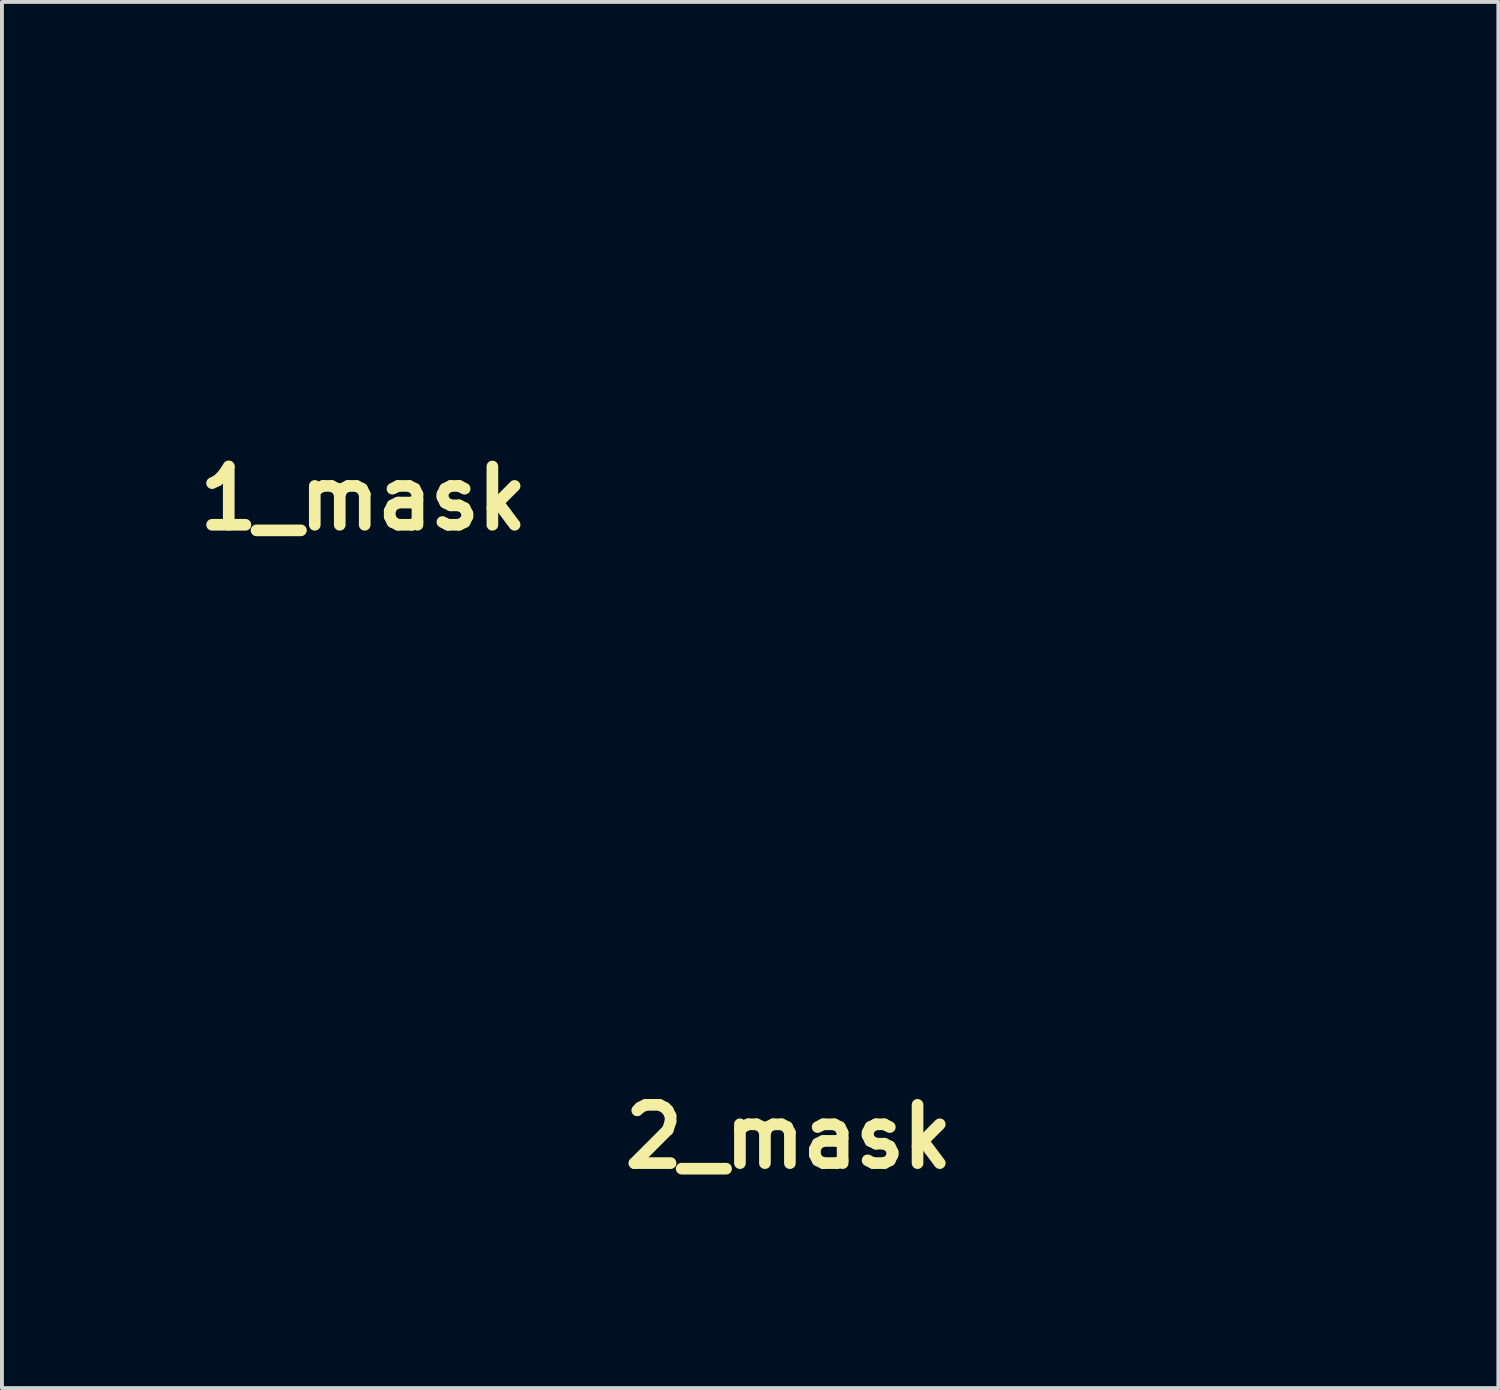
<source format=kicad_pcb>
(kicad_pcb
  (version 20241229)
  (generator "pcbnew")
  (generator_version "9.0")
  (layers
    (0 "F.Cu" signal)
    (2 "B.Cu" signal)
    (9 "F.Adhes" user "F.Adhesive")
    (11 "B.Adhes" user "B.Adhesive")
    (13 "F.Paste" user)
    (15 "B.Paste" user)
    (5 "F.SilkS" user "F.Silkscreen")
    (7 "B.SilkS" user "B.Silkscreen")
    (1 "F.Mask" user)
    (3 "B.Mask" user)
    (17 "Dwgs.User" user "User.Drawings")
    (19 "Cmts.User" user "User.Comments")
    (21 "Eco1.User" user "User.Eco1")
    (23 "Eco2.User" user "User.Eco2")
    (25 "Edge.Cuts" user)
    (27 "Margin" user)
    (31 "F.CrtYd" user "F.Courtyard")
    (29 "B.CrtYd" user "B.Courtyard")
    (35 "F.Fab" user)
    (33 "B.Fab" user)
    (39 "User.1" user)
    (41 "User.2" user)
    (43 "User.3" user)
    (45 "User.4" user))
  (footprint "2_mask"
    (layer "F.Cu")
    (at 17.245 26.209)
    (property "Reference" "2_mask" (at 0 0 0) (layer "F.SilkS") (effects (font (size 1.5 1.5) (thickness 0.3))))
    (attr board_only exclude_from_pos_files exclude_from_bom)
    (fp_poly (pts (xy 11.914 -0.404) (xy 12.615 -0.393) (xy 13.185 -0.377) (xy 13.613 -0.356) (xy 13.892 -0.332) (xy 14.013 -0.303) (xy 14.017 -0.296) (xy 13.934 -0.267) (xy 13.69 -0.241) (xy 13.294 -0.22) (xy 12.757 -0.203) (xy 12.087 -0.191) (xy 11.954 -0.189) (xy 9.891 -0.166) (xy 8.918 0.806) (xy 7.946 1.778) (xy 6.026 1.778) (xy 5.471 1.776) (xy 4.974 1.769) (xy 4.56 1.759) (xy 4.253 1.745) (xy 4.079 1.73) (xy 4.049 1.722) (xy 4.008 1.66) (xy 4.034 1.612) (xy 4.144 1.576) (xy 4.355 1.552) (xy 4.683 1.536) (xy 5.143 1.527) (xy 5.754 1.524) (xy 5.927 1.524) (xy 7.861 1.524) (xy 8.836 0.549) (xy 9.812 -0.426)) (stroke (width 0) (type solid)) (fill yes) (layer "F.Mask"))
    (fp_poly (pts (xy 12.454 -4.618) (xy 12.64 -4.508) (xy 12.738 -4.325) (xy 12.742 -4.276) (xy 12.671 -4.1) (xy 12.503 -3.953) (xy 12.318 -3.895) (xy 12.129 -3.952) (xy 12.033 -4.022) (xy 11.983 -4.052) (xy 11.892 -4.077) (xy 11.745 -4.097) (xy 11.527 -4.114) (xy 11.225 -4.126) (xy 10.823 -4.136) (xy 10.309 -4.142) (xy 9.667 -4.146) (xy 8.883 -4.148) (xy 7.969 -4.149) (xy 4.033 -4.149) (xy 2.676 -2.794) (xy 1.319 -1.439) (xy -2.777 -1.439) (xy -3.748 -1.439) (xy -4.563 -1.436) (xy -5.233 -1.431) (xy -5.771 -1.424) (xy -6.19 -1.414) (xy -6.502 -1.401) (xy -6.721 -1.384) (xy -6.859 -1.364) (xy -6.929 -1.339) (xy -6.94 -1.327) (xy -7.114 -1.18) (xy -7.339 -1.176) (xy -7.466 -1.239) (xy -7.62 -1.43) (xy -7.618 -1.652) (xy -7.509 -1.817) (xy -7.319 -1.903) (xy -7.103 -1.867) (xy -6.94 -1.725) (xy -6.899 -1.697) (xy -6.801 -1.674) (xy -6.633 -1.655) (xy -6.381 -1.64) (xy -6.034 -1.629) (xy -5.576 -1.62) (xy -4.996 -1.614) (xy -4.28 -1.611) (xy -3.415 -1.609) (xy -2.862 -1.609) (xy 1.149 -1.609) (xy 2.548 -3.006) (xy 3.948 -4.403) (xy 7.953 -4.403) (xy 8.896 -4.403) (xy 9.683 -4.405) (xy 10.329 -4.409) (xy 10.847 -4.415) (xy 11.251 -4.424) (xy 11.555 -4.437) (xy 11.775 -4.453) (xy 11.922 -4.472) (xy 12.013 -4.497) (xy 12.06 -4.526) (xy 12.063 -4.53) (xy 12.241 -4.633)) (stroke (width 0) (type solid)) (fill yes) (layer "F.Mask"))
    (fp_poly (pts (xy -11.629 0.793) (xy -11.382 0.957) (xy -11.367 0.974) (xy -11.183 1.185) (xy -4.751 1.185) (xy 1.681 1.185) (xy 2.166 2.032) (xy 2.651 2.879) (xy 5.749 2.879) (xy 6.703 2.876) (xy 7.49 2.869) (xy 8.113 2.856) (xy 8.573 2.838) (xy 8.874 2.815) (xy 9.018 2.787) (xy 9.021 2.785) (xy 9.262 2.729) (xy 9.455 2.808) (xy 9.571 2.99) (xy 9.577 3.241) (xy 9.548 3.337) (xy 9.428 3.445) (xy 9.232 3.469) (xy 9.026 3.412) (xy 8.896 3.303) (xy 8.859 3.259) (xy 8.805 3.224) (xy 8.718 3.195) (xy 8.579 3.173) (xy 8.373 3.156) (xy 8.083 3.143) (xy 7.693 3.133) (xy 7.184 3.126) (xy 6.541 3.119) (xy 5.747 3.113) (xy 5.642 3.113) (xy 2.506 3.09) (xy 2.01 2.265) (xy 1.515 1.439) (xy -4.892 1.439) (xy -6.195 1.44) (xy -7.36 1.444) (xy -8.381 1.449) (xy -9.257 1.456) (xy -9.981 1.466) (xy -10.552 1.477) (xy -10.964 1.49) (xy -11.214 1.505) (xy -11.298 1.522) (xy -11.371 1.645) (xy -11.543 1.758) (xy -11.746 1.825) (xy -11.888 1.822) (xy -12.154 1.669) (xy -12.295 1.443) (xy -12.297 1.292) (xy -12.025 1.292) (xy -12.013 1.386) (xy -11.901 1.498) (xy -11.743 1.499) (xy -11.609 1.403) (xy -11.57 1.302) (xy -11.61 1.133) (xy -11.745 1.052) (xy -11.911 1.09) (xy -11.954 1.125) (xy -12.025 1.292) (xy -12.297 1.292) (xy -12.299 1.185) (xy -12.154 0.938) (xy -12.148 0.931) (xy -11.898 0.784)) (stroke (width 0) (type solid)) (fill yes) (layer "F.Mask"))
    (fp_poly (pts (xy 15.104 -2.218) (xy 15.121 -2.201) (xy 15.27 -1.954) (xy 15.259 -1.696) (xy 15.088 -1.463) (xy 15.067 -1.445) (xy 14.833 -1.301) (xy 14.64 -1.298) (xy 14.435 -1.439) (xy 14.391 -1.482) (xy 14.179 -1.693) (xy 10.125 -1.693) (xy 6.071 -1.693) (xy 5.182 -0.804) (xy 4.293 0.085) (xy -6.059 0.085) (xy -7.6 0.085) (xy -8.98 0.085) (xy -10.209 0.085) (xy -11.295 0.086) (xy -12.247 0.088) (xy -13.075 0.091) (xy -13.787 0.094) (xy -14.393 0.098) (xy -14.902 0.104) (xy -15.322 0.111) (xy -15.663 0.119) (xy -15.934 0.129) (xy -16.144 0.141) (xy -16.302 0.155) (xy -16.418 0.17) (xy -16.499 0.188) (xy -16.556 0.209) (xy -16.597 0.232) (xy -16.627 0.254) (xy -16.82 0.387) (xy -16.951 0.408) (xy -17.081 0.32) (xy -17.111 0.29) (xy -17.221 0.113) (xy -17.245 0) (xy -17.191 -0.172) (xy -17.066 -0.337) (xy -16.927 -0.422) (xy -16.91 -0.423) (xy -16.803 -0.376) (xy -16.635 -0.26) (xy -16.627 -0.254) (xy -16.592 -0.229) (xy -16.55 -0.206) (xy -16.49 -0.186) (xy -16.405 -0.168) (xy -16.284 -0.153) (xy -16.12 -0.139) (xy -15.902 -0.127) (xy -15.622 -0.118) (xy -15.27 -0.109) (xy -14.838 -0.103) (xy -14.315 -0.097) (xy -13.695 -0.093) (xy -12.966 -0.09) (xy -12.12 -0.088) (xy -11.148 -0.086) (xy -10.04 -0.085) (xy -8.788 -0.085) (xy -7.383 -0.085) (xy -6.144 -0.085) (xy 4.123 -0.085) (xy 5.055 -1.016) (xy 5.813 -1.775) (xy 14.531 -1.775) (xy 14.583 -1.665) (xy 14.735 -1.609) (xy 14.903 -1.649) (xy 14.981 -1.733) (xy 14.966 -1.891) (xy 14.848 -2.024) (xy 14.69 -2.071) (xy 14.651 -2.062) (xy 14.549 -1.947) (xy 14.531 -1.775) (xy 5.813 -1.775) (xy 5.986 -1.947) (xy 10.055 -1.947) (xy 14.125 -1.947) (xy 14.321 -2.159) (xy 14.576 -2.333) (xy 14.85 -2.353)) (stroke (width 0) (type solid)) (fill yes) (layer "F.Mask")))
  (footprint "1_mask"
    (layer "F.Cu")
    (at 6.302 9.779)
    (property "Reference" "1_mask" (at 0 0 0) (layer "F.SilkS") (effects (font (size 1.5 1.5) (thickness 0.3))))
    (attr board_only exclude_from_pos_files exclude_from_bom)
    (fp_poly (pts (xy 1.043 -9.239) (xy 1.115 -9.177) (xy 1.207 -9.009) (xy 1.178 -8.831) (xy 1.089 -8.716) (xy 1.051 -8.674) (xy 1.021 -8.617) (xy 0.998 -8.53) (xy 0.981 -8.398) (xy 0.968 -8.206) (xy 0.959 -7.937) (xy 0.952 -7.578) (xy 0.946 -7.113) (xy 0.944 -6.874) (xy 0.926 -5.15) (xy 0.911 -6.892) (xy 0.906 -7.409) (xy 0.9 -7.814) (xy 0.894 -8.12) (xy 0.884 -8.342) (xy 0.87 -8.495) (xy 0.851 -8.593) (xy 0.826 -8.652) (xy 0.793 -8.686) (xy 0.768 -8.701) (xy 0.666 -8.818) (xy 0.639 -8.981) (xy 0.686 -9.137) (xy 0.764 -9.211) (xy 0.922 -9.271)) (stroke (width 0) (type solid)) (fill yes) (layer "F.Mask"))
    (fp_poly (pts (xy 1.668 3.057) (xy 1.769 3.181) (xy 1.792 3.337) (xy 1.725 3.483) (xy 1.663 3.534) (xy 1.626 3.562) (xy 1.597 3.604) (xy 1.575 3.675) (xy 1.559 3.789) (xy 1.548 3.96) (xy 1.541 4.204) (xy 1.537 4.533) (xy 1.536 4.964) (xy 1.536 5.437) (xy 1.536 7.26) (xy 2.286 8.013) (xy 2.531 8.261) (xy 2.734 8.475) (xy 2.883 8.64) (xy 2.965 8.74) (xy 2.973 8.765) (xy 2.908 8.722) (xy 2.771 8.603) (xy 2.577 8.423) (xy 2.345 8.198) (xy 2.19 8.044) (xy 1.472 7.324) (xy 1.472 5.469) (xy 1.471 4.933) (xy 1.47 4.51) (xy 1.466 4.187) (xy 1.459 3.949) (xy 1.447 3.782) (xy 1.431 3.671) (xy 1.409 3.602) (xy 1.379 3.561) (xy 1.344 3.534) (xy 1.233 3.405) (xy 1.218 3.248) (xy 1.286 3.105) (xy 1.423 3.018) (xy 1.504 3.007)) (stroke (width 0) (type solid)) (fill yes) (layer "F.Mask"))
    (fp_poly (pts (xy 0.414 -4.37) (xy 0.496 -4.228) (xy 0.505 -4.083) (xy 0.489 -4.046) (xy 0.518 -3.981) (xy 0.622 -3.848) (xy 0.785 -3.667) (xy 0.963 -3.484) (xy 1.472 -2.978) (xy 1.472 -0.576) (xy 1.472 1.826) (xy 0.864 2.431) (xy 0.257 3.035) (xy 0.24 5.916) (xy 0.223 8.797) (xy 0.207 5.853) (xy 0.192 2.908) (xy 0.768 2.335) (xy 1.344 1.762) (xy 1.344 -0.608) (xy 1.344 -2.978) (xy 0.876 -3.443) (xy 0.625 -3.68) (xy 0.446 -3.821) (xy 0.332 -3.872) (xy 0.305 -3.868) (xy 0.142 -3.864) (xy 0.007 -3.957) (xy -0.062 -4.116) (xy -0.064 -4.153) (xy -0.052 -4.204) (xy 0.027 -4.204) (xy 0.057 -4.074) (xy 0.073 -4.052) (xy 0.192 -3.978) (xy 0.298 -4.013) (xy 0.351 -4.139) (xy 0.352 -4.16) (xy 0.315 -4.293) (xy 0.216 -4.338) (xy 0.088 -4.308) (xy 0.027 -4.204) (xy -0.052 -4.204) (xy -0.018 -4.347) (xy 0.108 -4.451) (xy 0.286 -4.453)) (stroke (width 0) (type solid)) (fill yes) (layer "F.Mask"))
    (fp_poly (pts (xy -1.723 2.483) (xy -1.621 2.609) (xy -1.598 2.769) (xy -1.669 2.919) (xy -1.695 2.943) (xy -1.723 2.983) (xy -1.746 3.058) (xy -1.763 3.184) (xy -1.775 3.373) (xy -1.783 3.638) (xy -1.788 3.993) (xy -1.791 4.452) (xy -1.791 4.919) (xy -1.791 6.815) (xy -2.768 7.79) (xy -3.06 8.078) (xy -3.326 8.332) (xy -3.551 8.539) (xy -3.722 8.686) (xy -3.822 8.759) (xy -3.839 8.765) (xy -3.824 8.723) (xy -3.729 8.603) (xy -3.566 8.42) (xy -3.346 8.186) (xy -3.082 7.913) (xy -2.958 7.789) (xy -1.983 6.812) (xy -1.983 4.937) (xy -1.984 4.385) (xy -1.987 3.947) (xy -1.993 3.609) (xy -2.003 3.359) (xy -2.016 3.183) (xy -2.034 3.066) (xy -2.058 2.996) (xy -2.079 2.966) (xy -2.17 2.805) (xy -2.167 2.718) (xy -2.085 2.718) (xy -2.046 2.849) (xy -2.041 2.855) (xy -1.914 2.937) (xy -1.791 2.901) (xy -1.738 2.831) (xy -1.703 2.676) (xy -1.776 2.581) (xy -1.886 2.559) (xy -2.024 2.606) (xy -2.085 2.718) (xy -2.167 2.718) (xy -2.164 2.636) (xy -2.074 2.499) (xy -1.916 2.433) (xy -1.887 2.431)) (stroke (width 0) (type solid)) (fill yes) (layer "F.Mask"))
    (fp_poly (pts (xy -1.996 -6.232) (xy -1.85 -6.126) (xy -1.8 -5.969) (xy -1.854 -5.801) (xy -1.916 -5.729) (xy -1.946 -5.699) (xy -1.972 -5.66) (xy -1.992 -5.601) (xy -2.009 -5.512) (xy -2.021 -5.381) (xy -2.031 -5.197) (xy -2.038 -4.949) (xy -2.043 -4.626) (xy -2.045 -4.217) (xy -2.047 -3.71) (xy -2.047 -3.096) (xy -2.047 -2.532) (xy -2.047 0.546) (xy -2.783 1.28) (xy -3.519 2.013) (xy -3.519 4.03) (xy -3.519 6.047) (xy -4.879 7.406) (xy -5.222 7.747) (xy -5.538 8.057) (xy -5.814 8.324) (xy -6.04 8.538) (xy -6.202 8.687) (xy -6.291 8.76) (xy -6.302 8.765) (xy -6.275 8.722) (xy -6.167 8.6) (xy -5.989 8.409) (xy -5.751 8.162) (xy -5.465 7.868) (xy -5.139 7.539) (xy -5.006 7.405) (xy -3.647 6.045) (xy -3.647 4.029) (xy -3.647 2.013) (xy -2.879 1.248) (xy -2.111 0.482) (xy -2.111 -2.572) (xy -2.111 -3.276) (xy -2.112 -3.863) (xy -2.114 -4.343) (xy -2.117 -4.729) (xy -2.122 -5.03) (xy -2.13 -5.258) (xy -2.14 -5.424) (xy -2.153 -5.538) (xy -2.171 -5.612) (xy -2.192 -5.656) (xy -2.218 -5.681) (xy -2.239 -5.694) (xy -2.338 -5.81) (xy -2.366 -5.978) (xy -2.322 -6.142) (xy -2.267 -6.209) (xy -2.133 -6.26)) (stroke (width 0) (type solid)) (fill yes) (layer "F.Mask"))
    (fp_poly (pts (xy -0.906 -9.762) (xy -0.73 -9.645) (xy -0.708 -9.62) (xy -0.596 -9.421) (xy -0.602 -9.241) (xy -0.73 -9.058) (xy -0.768 -9.021) (xy -0.96 -8.842) (xy -0.96 -5.619) (xy -0.96 -2.396) (xy -0.416 -1.855) (xy 0.128 -1.314) (xy 0.128 -0.224) (xy 0.128 0.867) (xy -0.32 1.312) (xy -0.768 1.756) (xy -0.768 5.261) (xy -0.769 6.116) (xy -0.772 6.856) (xy -0.778 7.477) (xy -0.786 7.979) (xy -0.796 8.359) (xy -0.809 8.615) (xy -0.823 8.747) (xy -0.832 8.765) (xy -0.847 8.702) (xy -0.861 8.512) (xy -0.872 8.197) (xy -0.881 7.761) (xy -0.888 7.203) (xy -0.893 6.526) (xy -0.895 5.732) (xy -0.896 5.229) (xy -0.896 1.692) (xy -0.448 1.248) (xy 0 0.803) (xy 0 -0.233) (xy 0 -1.27) (xy -0.544 -1.765) (xy -1.088 -2.26) (xy -1.088 -5.574) (xy -1.088 -8.889) (xy -1.232 -8.965) (xy -1.394 -9.081) (xy -1.462 -9.233) (xy -1.469 -9.34) (xy -1.332 -9.34) (xy -1.277 -9.209) (xy -1.162 -9.111) (xy -1 -9.09) (xy -0.853 -9.154) (xy -0.845 -9.162) (xy -0.773 -9.309) (xy -0.792 -9.473) (xy -0.894 -9.596) (xy -0.9 -9.599) (xy -1.032 -9.635) (xy -1.174 -9.577) (xy -1.188 -9.568) (xy -1.315 -9.458) (xy -1.332 -9.34) (xy -1.469 -9.34) (xy -1.471 -9.357) (xy -1.419 -9.565) (xy -1.285 -9.71) (xy -1.102 -9.779)) (stroke (width 0) (type solid)) (fill yes) (layer "F.Mask"))
    (fp_poly (pts (xy 2.219 -6.499) (xy 2.349 -6.404) (xy 2.427 -6.28) (xy 2.464 -6.1) (xy 2.418 -5.911) (xy 2.308 -5.765) (xy 2.232 -5.724) (xy 2.205 -5.711) (xy 2.181 -5.683) (xy 2.162 -5.631) (xy 2.147 -5.542) (xy 2.135 -5.407) (xy 2.126 -5.214) (xy 2.12 -4.953) (xy 2.116 -4.612) (xy 2.113 -4.182) (xy 2.112 -3.652) (xy 2.111 -3.009) (xy 2.111 -2.621) (xy 2.111 0.443) (xy 2.879 1.237) (xy 3.647 2.031) (xy 3.647 4.038) (xy 3.647 6.045) (xy 5.006 7.405) (xy 5.342 7.744) (xy 5.641 8.053) (xy 5.894 8.319) (xy 6.09 8.533) (xy 6.219 8.683) (xy 6.272 8.758) (xy 6.269 8.765) (xy 6.201 8.721) (xy 6.055 8.598) (xy 5.844 8.405) (xy 5.579 8.155) (xy 5.272 7.858) (xy 4.935 7.526) (xy 4.814 7.405) (xy 3.455 6.045) (xy 3.455 4.029) (xy 3.455 2.013) (xy 2.719 1.28) (xy 1.983 0.546) (xy 1.983 -2.53) (xy 1.983 -5.606) (xy 1.791 -5.748) (xy 1.642 -5.921) (xy 1.593 -6.116) (xy 1.594 -6.121) (xy 1.752 -6.121) (xy 1.779 -5.978) (xy 1.875 -5.868) (xy 2.012 -5.816) (xy 2.162 -5.849) (xy 2.226 -5.899) (xy 2.301 -6.046) (xy 2.285 -6.208) (xy 2.197 -6.34) (xy 2.052 -6.398) (xy 2.044 -6.398) (xy 1.925 -6.353) (xy 1.823 -6.27) (xy 1.752 -6.121) (xy 1.594 -6.121) (xy 1.636 -6.302) (xy 1.761 -6.448) (xy 1.959 -6.522) (xy 2.02 -6.525)) (stroke (width 0) (type solid)) (fill yes) (layer "F.Mask")))
  (gr_rect
    (start -3 -3)
    (end 35.515 32.678)
    (stroke (width 0.1) (type default))
    (fill no)
    (layer "Edge.Cuts")))
</source>
